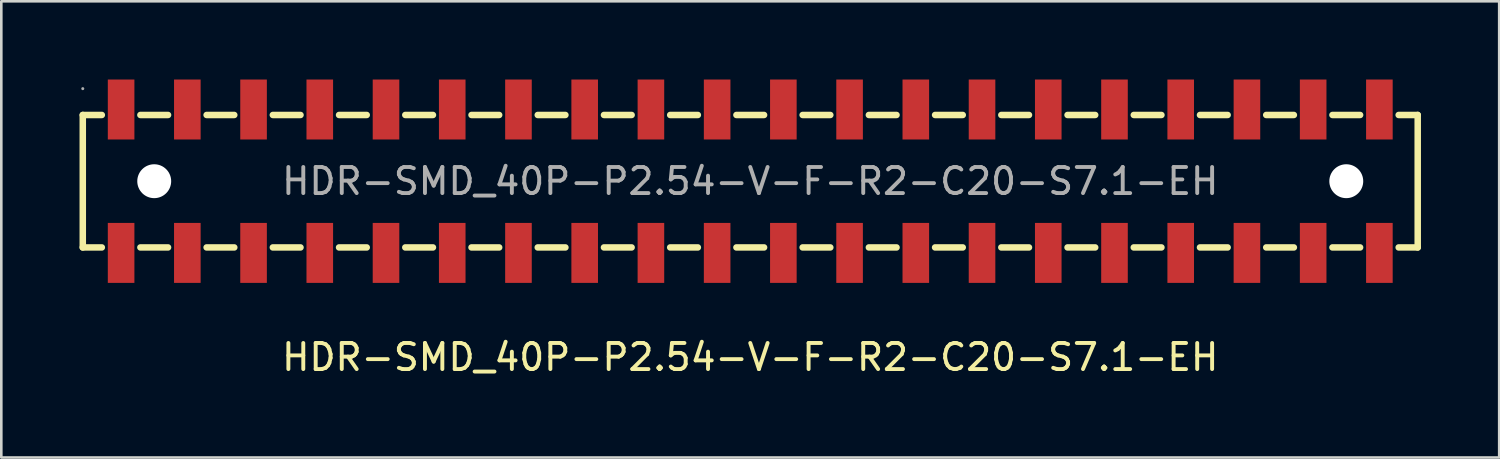
<source format=kicad_pcb>
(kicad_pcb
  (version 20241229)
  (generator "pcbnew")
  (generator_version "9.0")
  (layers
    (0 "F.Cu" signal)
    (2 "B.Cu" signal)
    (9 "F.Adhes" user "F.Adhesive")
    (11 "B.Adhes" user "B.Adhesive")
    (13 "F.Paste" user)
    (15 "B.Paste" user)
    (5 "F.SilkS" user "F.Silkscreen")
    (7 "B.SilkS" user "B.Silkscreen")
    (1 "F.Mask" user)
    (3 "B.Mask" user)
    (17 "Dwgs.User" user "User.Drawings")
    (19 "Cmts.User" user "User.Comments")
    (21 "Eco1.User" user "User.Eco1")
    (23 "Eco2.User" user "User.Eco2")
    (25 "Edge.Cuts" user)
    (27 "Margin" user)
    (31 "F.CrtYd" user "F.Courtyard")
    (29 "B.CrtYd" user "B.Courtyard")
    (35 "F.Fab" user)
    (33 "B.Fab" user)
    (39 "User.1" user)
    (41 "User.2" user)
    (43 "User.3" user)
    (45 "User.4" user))
  (footprint "HDR-SMD_40P-P2.54-V-F-R2-C20-S7.1-EH"
    (layer "F.Cu")
    (at 25.725 3.9)
    (property "Reference" "HDR-SMD_40P-P2.54-V-F-R2-C20-S7.1-EH" (at 0 6.75 0) (layer "F.SilkS") (effects (font (size 1 1) (thickness 0.15))))
    (attr smd)
    (fp_line (start -25.6 -2.54) (end -24.87 -2.54) (stroke (width 0.25) (type solid)) (layer "F.SilkS"))
    (fp_line (start -25.6 2.54) (end -25.6 -2.54) (stroke (width 0.25) (type solid)) (layer "F.SilkS"))
    (fp_line (start -25.6 2.54) (end -24.87 2.54) (stroke (width 0.25) (type solid)) (layer "F.SilkS"))
    (fp_line (start -23.39 -2.54) (end -22.33 -2.54) (stroke (width 0.25) (type solid)) (layer "F.SilkS"))
    (fp_line (start -23.39 2.54) (end -22.33 2.54) (stroke (width 0.25) (type solid)) (layer "F.SilkS"))
    (fp_line (start -20.85 -2.54) (end -19.79 -2.54) (stroke (width 0.25) (type solid)) (layer "F.SilkS"))
    (fp_line (start -20.85 2.54) (end -19.79 2.54) (stroke (width 0.25) (type solid)) (layer "F.SilkS"))
    (fp_line (start -18.31 -2.54) (end -17.25 -2.54) (stroke (width 0.25) (type solid)) (layer "F.SilkS"))
    (fp_line (start -18.31 2.54) (end -17.25 2.54) (stroke (width 0.25) (type solid)) (layer "F.SilkS"))
    (fp_line (start -15.77 -2.54) (end -14.71 -2.54) (stroke (width 0.25) (type solid)) (layer "F.SilkS"))
    (fp_line (start -15.77 2.54) (end -14.71 2.54) (stroke (width 0.25) (type solid)) (layer "F.SilkS"))
    (fp_line (start -13.23 -2.54) (end -12.17 -2.54) (stroke (width 0.25) (type solid)) (layer "F.SilkS"))
    (fp_line (start -13.23 2.54) (end -12.17 2.54) (stroke (width 0.25) (type solid)) (layer "F.SilkS"))
    (fp_line (start -10.69 -2.54) (end -9.63 -2.54) (stroke (width 0.25) (type solid)) (layer "F.SilkS"))
    (fp_line (start -10.69 2.54) (end -9.63 2.54) (stroke (width 0.25) (type solid)) (layer "F.SilkS"))
    (fp_line (start -8.15 -2.54) (end -7.09 -2.54) (stroke (width 0.25) (type solid)) (layer "F.SilkS"))
    (fp_line (start -8.15 2.54) (end -7.09 2.54) (stroke (width 0.25) (type solid)) (layer "F.SilkS"))
    (fp_line (start -5.61 -2.54) (end -4.55 -2.54) (stroke (width 0.25) (type solid)) (layer "F.SilkS"))
    (fp_line (start -5.61 2.54) (end -4.55 2.54) (stroke (width 0.25) (type solid)) (layer "F.SilkS"))
    (fp_line (start -3.07 -2.54) (end -2.01 -2.54) (stroke (width 0.25) (type solid)) (layer "F.SilkS"))
    (fp_line (start -3.07 2.54) (end -2.01 2.54) (stroke (width 0.25) (type solid)) (layer "F.SilkS"))
    (fp_line (start -0.53 -2.54) (end 0.53 -2.54) (stroke (width 0.25) (type solid)) (layer "F.SilkS"))
    (fp_line (start -0.53 2.54) (end 0.53 2.54) (stroke (width 0.25) (type solid)) (layer "F.SilkS"))
    (fp_line (start 2.01 -2.54) (end 3.07 -2.54) (stroke (width 0.25) (type solid)) (layer "F.SilkS"))
    (fp_line (start 2.01 2.54) (end 3.07 2.54) (stroke (width 0.25) (type solid)) (layer "F.SilkS"))
    (fp_line (start 4.55 -2.54) (end 5.61 -2.54) (stroke (width 0.25) (type solid)) (layer "F.SilkS"))
    (fp_line (start 4.55 2.54) (end 5.61 2.54) (stroke (width 0.25) (type solid)) (layer "F.SilkS"))
    (fp_line (start 7.09 -2.54) (end 8.15 -2.54) (stroke (width 0.25) (type solid)) (layer "F.SilkS"))
    (fp_line (start 7.09 2.54) (end 8.15 2.54) (stroke (width 0.25) (type solid)) (layer "F.SilkS"))
    (fp_line (start 9.63 -2.54) (end 10.69 -2.54) (stroke (width 0.25) (type solid)) (layer "F.SilkS"))
    (fp_line (start 9.63 2.54) (end 10.69 2.54) (stroke (width 0.25) (type solid)) (layer "F.SilkS"))
    (fp_line (start 12.17 -2.54) (end 13.23 -2.54) (stroke (width 0.25) (type solid)) (layer "F.SilkS"))
    (fp_line (start 12.17 2.54) (end 13.23 2.54) (stroke (width 0.25) (type solid)) (layer "F.SilkS"))
    (fp_line (start 14.71 -2.54) (end 15.77 -2.54) (stroke (width 0.25) (type solid)) (layer "F.SilkS"))
    (fp_line (start 14.71 2.54) (end 15.77 2.54) (stroke (width 0.25) (type solid)) (layer "F.SilkS"))
    (fp_line (start 17.25 -2.54) (end 18.31 -2.54) (stroke (width 0.25) (type solid)) (layer "F.SilkS"))
    (fp_line (start 17.25 2.54) (end 18.31 2.54) (stroke (width 0.25) (type solid)) (layer "F.SilkS"))
    (fp_line (start 19.79 -2.54) (end 20.85 -2.54) (stroke (width 0.25) (type solid)) (layer "F.SilkS"))
    (fp_line (start 19.79 2.54) (end 20.85 2.54) (stroke (width 0.25) (type solid)) (layer "F.SilkS"))
    (fp_line (start 22.33 -2.54) (end 23.39 -2.54) (stroke (width 0.25) (type solid)) (layer "F.SilkS"))
    (fp_line (start 22.33 2.54) (end 23.39 2.54) (stroke (width 0.25) (type solid)) (layer "F.SilkS"))
    (fp_line (start 24.87 -2.54) (end 25.6 -2.54) (stroke (width 0.25) (type solid)) (layer "F.SilkS"))
    (fp_line (start 24.87 2.54) (end 25.6 2.54) (stroke (width 0.25) (type solid)) (layer "F.SilkS"))
    (fp_line (start 25.6 2.54) (end 25.6 -2.54) (stroke (width 0.25) (type solid)) (layer "F.SilkS"))
    (fp_circle (center -22.86 0) (end -22.61 0) (stroke (width 0.5) (type solid)) (fill no) (layer "Cmts.User"))
    (fp_circle (center 22.86 0) (end 23.11 0) (stroke (width 0.5) (type solid)) (fill no) (layer "Cmts.User"))
    (fp_circle (center -25.6 -3.55) (end -25.57 -3.55) (stroke (width 0.06) (type solid)) (fill no) (layer "F.Fab"))
    (fp_text user "${REFERENCE}" (at 0 0 0) (layer "F.Fab") (effects (font (size 1 1) (thickness 0.15))))
    (pad "" np_thru_hole circle (at -22.86 0) (size 1.3 1.3) (drill 1.3) (layers "*.Cu" "*.Mask"))
    (pad "" np_thru_hole circle (at 22.86 0) (size 1.3 1.3) (drill 1.3) (layers "*.Cu" "*.Mask"))
    (pad "1" smd rect (at -24.13 -2.75) (size 1.02 2.3) (layers "F.Cu" "F.Mask" "F.Paste"))
    (pad "2" smd rect (at -24.13 2.75) (size 1.02 2.3) (layers "F.Cu" "F.Mask" "F.Paste"))
    (pad "3" smd rect (at -21.59 -2.75) (size 1.02 2.3) (layers "F.Cu" "F.Mask" "F.Paste"))
    (pad "4" smd rect (at -21.59 2.75) (size 1.02 2.3) (layers "F.Cu" "F.Mask" "F.Paste"))
    (pad "5" smd rect (at -19.05 -2.75 180) (size 1.02 2.3) (layers "F.Cu" "F.Mask" "F.Paste"))
    (pad "6" smd rect (at -19.05 2.75 180) (size 1.02 2.3) (layers "F.Cu" "F.Mask" "F.Paste"))
    (pad "7" smd rect (at -16.51 -2.75 180) (size 1.02 2.3) (layers "F.Cu" "F.Mask" "F.Paste"))
    (pad "8" smd rect (at -16.51 2.75 180) (size 1.02 2.3) (layers "F.Cu" "F.Mask" "F.Paste"))
    (pad "9" smd rect (at -13.97 -2.75 180) (size 1.02 2.3) (layers "F.Cu" "F.Mask" "F.Paste"))
    (pad "10" smd rect (at -13.97 2.75 180) (size 1.02 2.3) (layers "F.Cu" "F.Mask" "F.Paste"))
    (pad "11" smd rect (at -11.43 -2.75 180) (size 1.02 2.3) (layers "F.Cu" "F.Mask" "F.Paste"))
    (pad "12" smd rect (at -11.43 2.75 180) (size 1.02 2.3) (layers "F.Cu" "F.Mask" "F.Paste"))
    (pad "13" smd rect (at -8.89 -2.75 180) (size 1.02 2.3) (layers "F.Cu" "F.Mask" "F.Paste"))
    (pad "14" smd rect (at -8.89 2.75 180) (size 1.02 2.3) (layers "F.Cu" "F.Mask" "F.Paste"))
    (pad "15" smd rect (at -6.35 -2.75 180) (size 1.02 2.3) (layers "F.Cu" "F.Mask" "F.Paste"))
    (pad "16" smd rect (at -6.35 2.75 180) (size 1.02 2.3) (layers "F.Cu" "F.Mask" "F.Paste"))
    (pad "17" smd rect (at -3.81 -2.75 180) (size 1.02 2.3) (layers "F.Cu" "F.Mask" "F.Paste"))
    (pad "18" smd rect (at -3.81 2.75 180) (size 1.02 2.3) (layers "F.Cu" "F.Mask" "F.Paste"))
    (pad "19" smd rect (at -1.27 -2.75 180) (size 1.02 2.3) (layers "F.Cu" "F.Mask" "F.Paste"))
    (pad "20" smd rect (at -1.27 2.75 180) (size 1.02 2.3) (layers "F.Cu" "F.Mask" "F.Paste"))
    (pad "21" smd rect (at 1.27 -2.75 180) (size 1.02 2.3) (layers "F.Cu" "F.Mask" "F.Paste"))
    (pad "22" smd rect (at 1.27 2.75 180) (size 1.02 2.3) (layers "F.Cu" "F.Mask" "F.Paste"))
    (pad "23" smd rect (at 3.81 -2.75 180) (size 1.02 2.3) (layers "F.Cu" "F.Mask" "F.Paste"))
    (pad "24" smd rect (at 3.81 2.75 180) (size 1.02 2.3) (layers "F.Cu" "F.Mask" "F.Paste"))
    (pad "25" smd rect (at 6.35 -2.75 180) (size 1.02 2.3) (layers "F.Cu" "F.Mask" "F.Paste"))
    (pad "26" smd rect (at 6.35 2.75 180) (size 1.02 2.3) (layers "F.Cu" "F.Mask" "F.Paste"))
    (pad "27" smd rect (at 8.89 -2.75 180) (size 1.02 2.3) (layers "F.Cu" "F.Mask" "F.Paste"))
    (pad "28" smd rect (at 8.89 2.75 180) (size 1.02 2.3) (layers "F.Cu" "F.Mask" "F.Paste"))
    (pad "29" smd rect (at 11.43 -2.75 180) (size 1.02 2.3) (layers "F.Cu" "F.Mask" "F.Paste"))
    (pad "30" smd rect (at 11.43 2.75 180) (size 1.02 2.3) (layers "F.Cu" "F.Mask" "F.Paste"))
    (pad "31" smd rect (at 13.97 -2.75 180) (size 1.02 2.3) (layers "F.Cu" "F.Mask" "F.Paste"))
    (pad "32" smd rect (at 13.97 2.75 180) (size 1.02 2.3) (layers "F.Cu" "F.Mask" "F.Paste"))
    (pad "33" smd rect (at 16.51 -2.75 180) (size 1.02 2.3) (layers "F.Cu" "F.Mask" "F.Paste"))
    (pad "34" smd rect (at 16.51 2.75 180) (size 1.02 2.3) (layers "F.Cu" "F.Mask" "F.Paste"))
    (pad "35" smd rect (at 19.05 -2.75 180) (size 1.02 2.3) (layers "F.Cu" "F.Mask" "F.Paste"))
    (pad "36" smd rect (at 19.05 2.75 180) (size 1.02 2.3) (layers "F.Cu" "F.Mask" "F.Paste"))
    (pad "37" smd rect (at 21.59 -2.75 180) (size 1.02 2.3) (layers "F.Cu" "F.Mask" "F.Paste"))
    (pad "38" smd rect (at 21.59 2.75 180) (size 1.02 2.3) (layers "F.Cu" "F.Mask" "F.Paste"))
    (pad "39" smd rect (at 24.13 -2.75 180) (size 1.02 2.3) (layers "F.Cu" "F.Mask" "F.Paste"))
    (pad "40" smd rect (at 24.13 2.75 180) (size 1.02 2.3) (layers "F.Cu" "F.Mask" "F.Paste")))
  (gr_rect
    (start -3 -3)
    (end 54.45 14.498)
    (stroke (width 0.1) (type default))
    (fill no)
    (layer "Edge.Cuts")))
</source>
